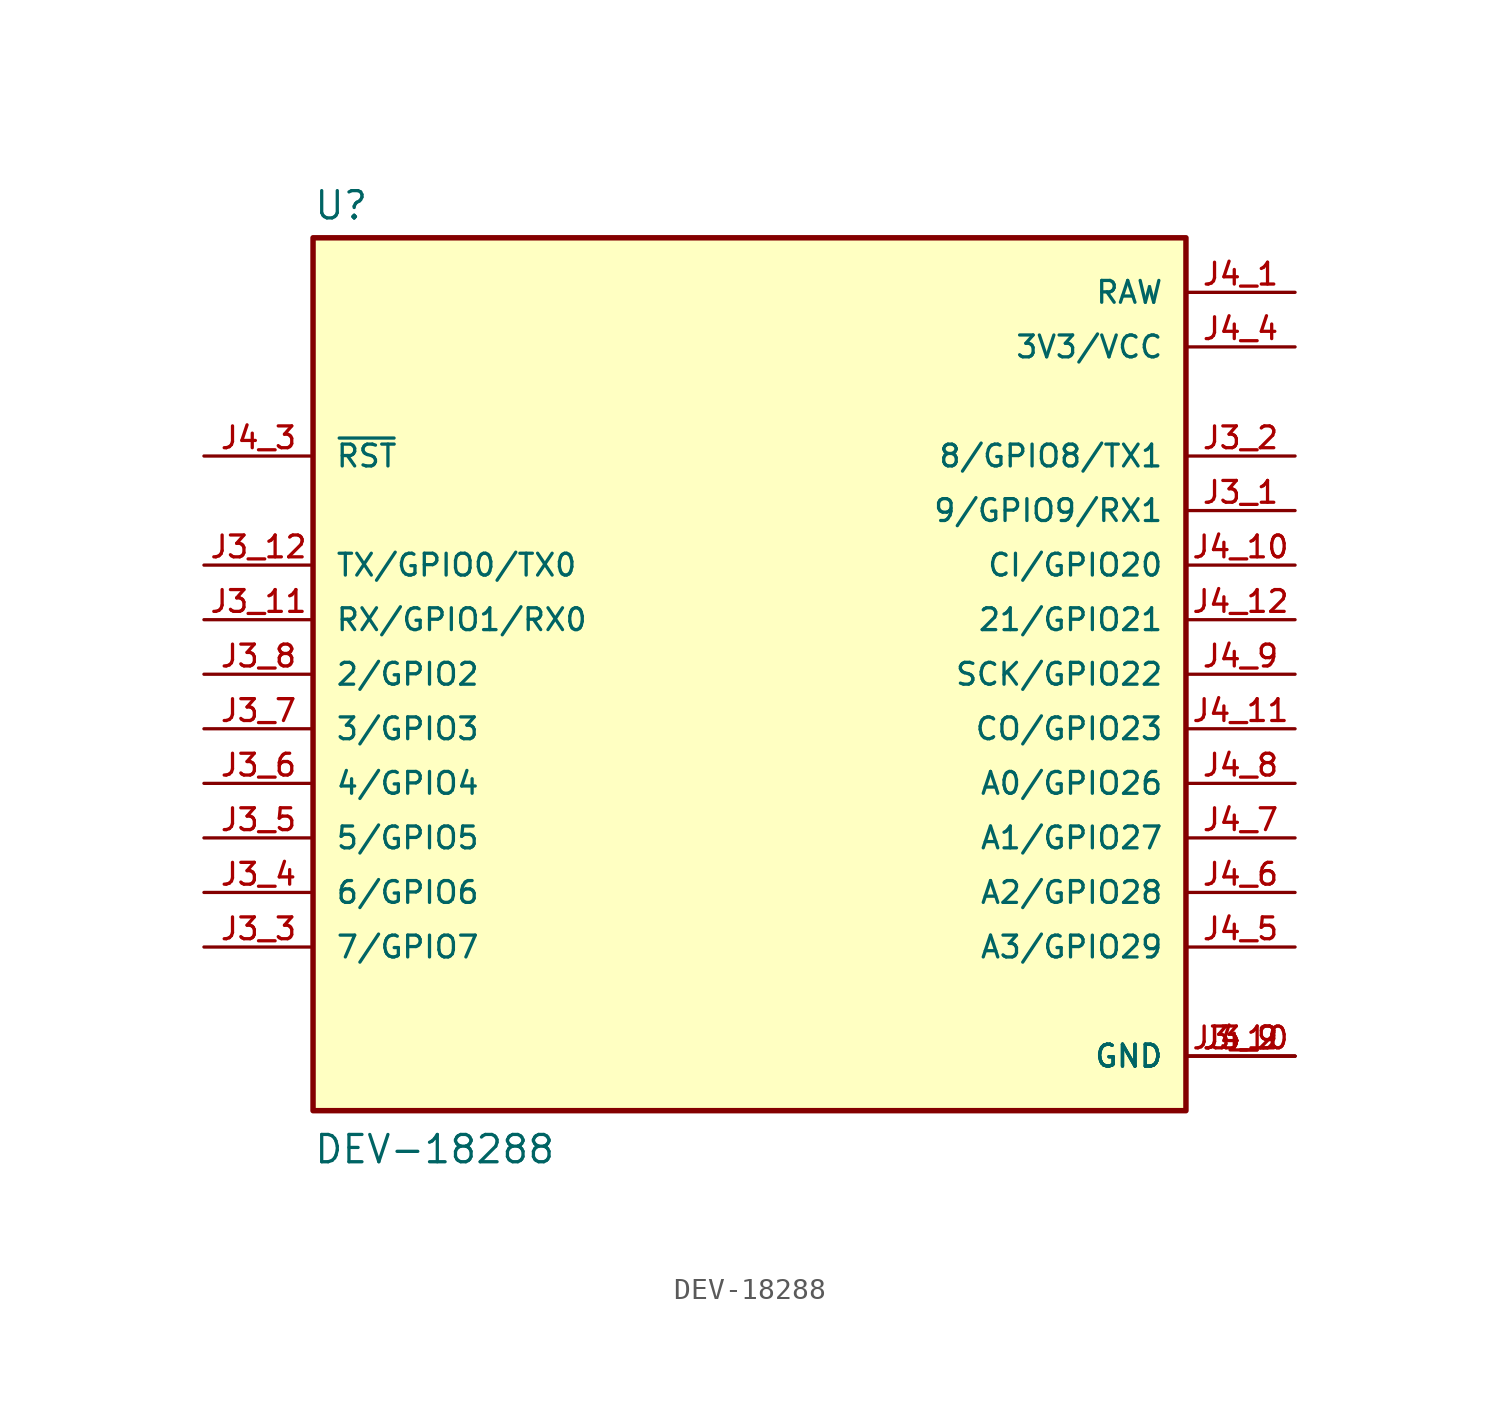
<source format=kicad_sym>
(kicad_symbol_lib
  (version 20211014)
  (generator kicad_symbol_editor)
  (symbol "DEV-18288"
    (pin_names
      (offset 1.016))
    (property "Reference" "U"
      (at -20.32 21.082 0)
      (effects (font (size 1.27 1.27)) (justify bottom left)))
    (property "Value" "DEV-18288"
      (at -20.32 -22.86 0)
      (effects (font (size 1.27 1.27)) (justify bottom left)))
    (symbol "DEV-18288_0_0"
      (rectangle (start -20.32 -20.32) (end 20.32 20.32) (stroke (width 0.254)) (fill (type background)))
      (pin bidirectional line (at -25.4 5.08 0) (length 5.08) (name "TX/GPIO0/TX0" (effects (font (size 1.016 1.016)))) (number "J3_12" (effects (font (size 1.016 1.016)))))
      (pin bidirectional line (at -25.4 2.54 0) (length 5.08) (name "RX/GPIO1/RX0" (effects (font (size 1.016 1.016)))) (number "J3_11" (effects (font (size 1.016 1.016)))))
      (pin power_in line (at 25.4 -17.78 180.0) (length 5.08) (name "GND" (effects (font (size 1.016 1.016)))) (number "J3_9" (effects (font (size 1.016 1.016)))))
      (pin power_in line (at 25.4 -17.78 180.0) (length 5.08) (name "GND" (effects (font (size 1.016 1.016)))) (number "J3_10" (effects (font (size 1.016 1.016)))))
      (pin power_in line (at 25.4 -17.78 180.0) (length 5.08) (name "GND" (effects (font (size 1.016 1.016)))) (number "J4_2" (effects (font (size 1.016 1.016)))))
      (pin bidirectional line (at -25.4 0.0 0) (length 5.08) (name "2/GPIO2" (effects (font (size 1.016 1.016)))) (number "J3_8" (effects (font (size 1.016 1.016)))))
      (pin bidirectional line (at 25.4 5.08 180.0) (length 5.08) (name "CI/GPIO20" (effects (font (size 1.016 1.016)))) (number "J4_10" (effects (font (size 1.016 1.016)))))
      (pin bidirectional line (at 25.4 2.54 180.0) (length 5.08) (name "21/GPIO21" (effects (font (size 1.016 1.016)))) (number "J4_12" (effects (font (size 1.016 1.016)))))
      (pin bidirectional line (at 25.4 0.0 180.0) (length 5.08) (name "SCK/GPIO22" (effects (font (size 1.016 1.016)))) (number "J4_9" (effects (font (size 1.016 1.016)))))
      (pin bidirectional line (at 25.4 -2.54 180.0) (length 5.08) (name "CO/GPIO23" (effects (font (size 1.016 1.016)))) (number "J4_11" (effects (font (size 1.016 1.016)))))
      (pin bidirectional line (at 25.4 -5.08 180.0) (length 5.08) (name "A0/GPIO26" (effects (font (size 1.016 1.016)))) (number "J4_8" (effects (font (size 1.016 1.016)))))
      (pin bidirectional line (at 25.4 -7.62 180.0) (length 5.08) (name "A1/GPIO27" (effects (font (size 1.016 1.016)))) (number "J4_7" (effects (font (size 1.016 1.016)))))
      (pin bidirectional line (at 25.4 -10.16 180.0) (length 5.08) (name "A2/GPIO28" (effects (font (size 1.016 1.016)))) (number "J4_6" (effects (font (size 1.016 1.016)))))
      (pin bidirectional line (at 25.4 -12.7 180.0) (length 5.08) (name "A3/GPIO29" (effects (font (size 1.016 1.016)))) (number "J4_5" (effects (font (size 1.016 1.016)))))
      (pin power_in line (at 25.4 15.24 180.0) (length 5.08) (name "3V3/VCC" (effects (font (size 1.016 1.016)))) (number "J4_4" (effects (font (size 1.016 1.016)))))
      (pin input line (at -25.4 10.16 0) (length 5.08) (name "~{RST}" (effects (font (size 1.016 1.016)))) (number "J4_3" (effects (font (size 1.016 1.016)))))
      (pin power_in line (at 25.4 17.78 180.0) (length 5.08) (name "RAW" (effects (font (size 1.016 1.016)))) (number "J4_1" (effects (font (size 1.016 1.016)))))
      (pin bidirectional line (at -25.4 -2.54 0) (length 5.08) (name "3/GPIO3" (effects (font (size 1.016 1.016)))) (number "J3_7" (effects (font (size 1.016 1.016)))))
      (pin bidirectional line (at -25.4 -5.08 0) (length 5.08) (name "4/GPIO4" (effects (font (size 1.016 1.016)))) (number "J3_6" (effects (font (size 1.016 1.016)))))
      (pin bidirectional line (at -25.4 -7.62 0) (length 5.08) (name "5/GPIO5" (effects (font (size 1.016 1.016)))) (number "J3_5" (effects (font (size 1.016 1.016)))))
      (pin bidirectional line (at -25.4 -10.16 0) (length 5.08) (name "6/GPIO6" (effects (font (size 1.016 1.016)))) (number "J3_4" (effects (font (size 1.016 1.016)))))
      (pin bidirectional line (at -25.4 -12.7 0) (length 5.08) (name "7/GPIO7" (effects (font (size 1.016 1.016)))) (number "J3_3" (effects (font (size 1.016 1.016)))))
      (pin bidirectional line (at 25.4 10.16 180.0) (length 5.08) (name "8/GPIO8/TX1" (effects (font (size 1.016 1.016)))) (number "J3_2" (effects (font (size 1.016 1.016)))))
      (pin bidirectional line (at 25.4 7.62 180.0) (length 5.08) (name "9/GPIO9/RX1" (effects (font (size 1.016 1.016)))) (number "J3_1" (effects (font (size 1.016 1.016))))))))
</source>
